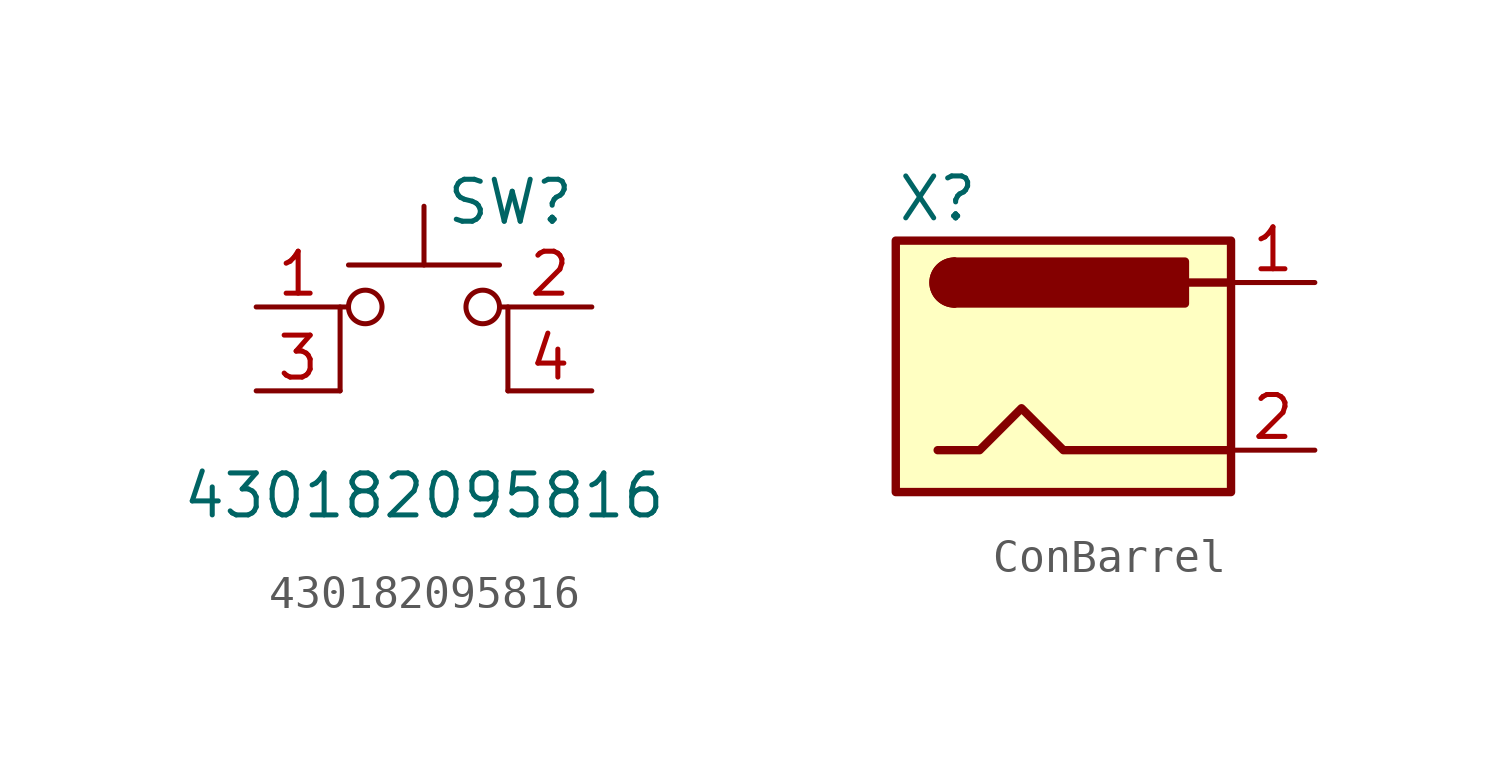
<source format=kicad_sym>
(kicad_symbol_lib
  (version 20241209)
  (generator "kicad_symbol_editor")
  (generator_version "9.0")
  (symbol "430182095816"
    (pin_names
      (offset 1.016)
      (hide yes))
    (property "Reference" "SW"
      (at 0.635 5.715 0)
      (effects (font (size 1.27 1.27)) (justify left)))
    (property "Value" "430182095816"
      (at 0 -3.175 0)
      (effects (font (size 1.27 1.27))))
    (symbol "430182095816_0_1"
      (polyline (pts (xy -2.54 0) (xy -2.54 2.54) (xy -2.286 2.54)) (stroke (width 0) (type default)) (fill (type none)))
      (polyline (pts (xy -2.286 3.81) (xy 2.286 3.81)) (stroke (width 0) (type default)) (fill (type none)))
      (circle (center -1.778 2.54) (radius 0.508) (stroke (width 0) (type default)) (fill (type none)))
      (polyline (pts (xy 0 3.81) (xy 0 5.588)) (stroke (width 0) (type default)) (fill (type none)))
      (circle (center 1.778 2.54) (radius 0.508) (stroke (width 0) (type default)) (fill (type none)))
      (polyline (pts (xy 2.54 0) (xy 2.54 2.54) (xy 2.286 2.54)) (stroke (width 0) (type default)) (fill (type none)))
      (pin passive line (at -5.08 2.54 0) (length 2.54) (name "1" (effects (font (size 1.27 1.27)))) (number "1" (effects (font (size 1.27 1.27))))))
    (symbol "430182095816_1_1"
      (pin passive line (at -5.08 0 0) (length 2.54) (name "3" (effects (font (size 1.27 1.27)))) (number "3" (effects (font (size 1.27 1.27)))))
      (pin passive line (at 5.08 2.54 180) (length 2.54) (name "2" (effects (font (size 1.27 1.27)))) (number "2" (effects (font (size 1.27 1.27)))))
      (pin passive line (at 5.08 0 180) (length 2.54) (name "4" (effects (font (size 1.27 1.27)))) (number "4" (effects (font (size 1.27 1.27)))))))
  (symbol "ConBarrel"
    (pin_names
      (offset 1.016))
    (property "Reference" "X"
      (at -3.81 5.08 0)
      (effects (font (size 1.27 1.27))))
    (symbol "ConBarrel_0_1"
      (rectangle (start -5.08 3.81) (end 5.08 -3.81) (stroke (width 0.254) (type solid)) (fill (type background)))
      (polyline (pts (xy -3.81 -2.54) (xy -2.54 -2.54) (xy -1.27 -1.27) (xy 0 -2.54) (xy 2.54 -2.54) (xy 5.08 -2.54)) (stroke (width 0.254) (type solid)) (fill (type none)))
      (arc (start -3.302 1.905) (mid -3.937 2.54) (end -3.302 3.175) (stroke (width 0.254) (type solid)) (fill (type none)))
      (arc (start -3.302 1.905) (mid -3.937 2.54) (end -3.302 3.175) (stroke (width 0.254) (type solid)) (fill (type outline)))
      (rectangle (start 3.683 3.175) (end -3.302 1.905) (stroke (width 0.254) (type solid)) (fill (type outline)))
      (polyline (pts (xy 5.08 2.54) (xy 3.81 2.54)) (stroke (width 0.254) (type solid)) (fill (type none))))
    (symbol "ConBarrel_1_1"
      (pin passive line (at 7.62 2.54 180) (length 2.54) (name "~" (effects (font (size 1.27 1.27)))) (number "1" (effects (font (size 1.27 1.27)))))
      (pin passive line (at 7.62 -2.54 180) (length 2.54) (name "~" (effects (font (size 1.27 1.27)))) (number "2" (effects (font (size 1.27 1.27))))))))
</source>
